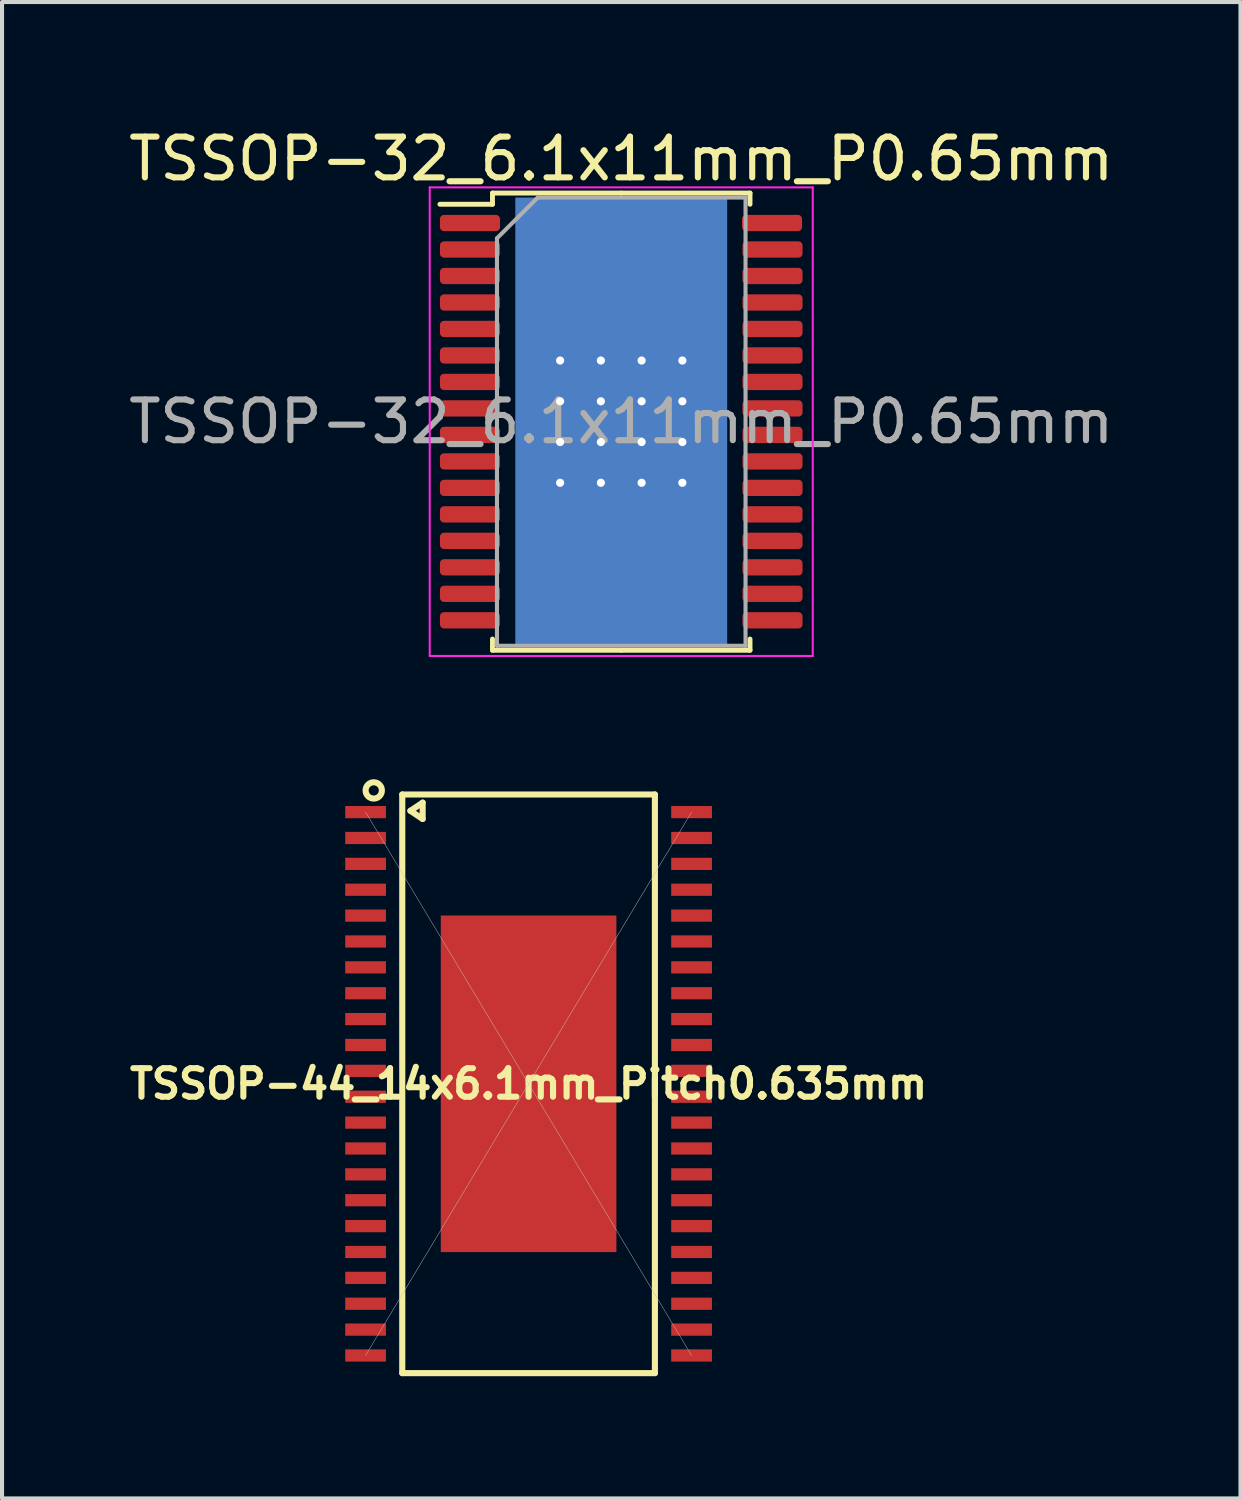
<source format=kicad_pcb>
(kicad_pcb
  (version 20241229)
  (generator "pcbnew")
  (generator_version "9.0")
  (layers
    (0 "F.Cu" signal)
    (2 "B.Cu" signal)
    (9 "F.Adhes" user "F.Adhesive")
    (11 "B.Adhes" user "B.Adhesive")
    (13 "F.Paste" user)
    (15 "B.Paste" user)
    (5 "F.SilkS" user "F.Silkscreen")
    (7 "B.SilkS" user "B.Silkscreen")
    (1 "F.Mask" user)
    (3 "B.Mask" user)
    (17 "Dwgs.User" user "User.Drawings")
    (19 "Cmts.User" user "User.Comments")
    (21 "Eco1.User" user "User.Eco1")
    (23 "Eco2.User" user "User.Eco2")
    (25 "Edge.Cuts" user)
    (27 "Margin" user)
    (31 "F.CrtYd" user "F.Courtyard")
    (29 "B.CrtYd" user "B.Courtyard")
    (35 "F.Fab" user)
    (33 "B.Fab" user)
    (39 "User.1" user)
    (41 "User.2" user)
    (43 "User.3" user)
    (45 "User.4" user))
  (footprint "TSSOP-44_14x6.1mm_Pitch0.635mm"
    (layer "F.Cu")
    (at 9.922 23.548)
    (property "Reference" "TSSOP-44_14x6.1mm_Pitch0.635mm" (at 0 0 0) (layer "F.SilkS") (effects (font (size 0.7 0.7) (thickness 0.15))))
    (attr through_hole)
    (fp_line (start -3.1 -7.1) (end 3.1 -7.1) (stroke (width 0.15) (type solid)) (layer "F.SilkS"))
    (fp_line (start -3.1 7.1) (end -3.1 -7.1) (stroke (width 0.15) (type solid)) (layer "F.SilkS"))
    (fp_line (start -2.9 -6.7) (end -2.6 -6.9) (stroke (width 0.15) (type solid)) (layer "F.SilkS"))
    (fp_line (start -2.6 -6.9) (end -2.6 -6.5) (stroke (width 0.15) (type solid)) (layer "F.SilkS"))
    (fp_line (start -2.6 -6.5) (end -2.9 -6.7) (stroke (width 0.15) (type solid)) (layer "F.SilkS"))
    (fp_line (start 3.1 -7.1) (end 3.1 7.1) (stroke (width 0.15) (type solid)) (layer "F.SilkS"))
    (fp_line (start 3.1 7.1) (end -3.1 7.1) (stroke (width 0.15) (type solid)) (layer "F.SilkS"))
    (fp_circle (center -3.8 -7.2) (end -3.8 -7) (stroke (width 0.15) (type solid)) (fill no) (layer "F.SilkS"))
    (fp_line (start -4 -6.668) (end 4 6.667) (stroke (width 0.01) (type solid)) (layer "Dwgs.User"))
    (fp_line (start -4 6.667) (end 4 -6.668) (stroke (width 0.01) (type solid)) (layer "Dwgs.User"))
    (pad "1" smd rect (at -4 -6.668) (size 1 0.3) (layers "F.Cu" "F.Mask" "F.Paste"))
    (pad "2" smd rect (at -4 -6.033) (size 1 0.3) (layers "F.Cu" "F.Mask" "F.Paste"))
    (pad "3" smd rect (at -4 -5.398) (size 1 0.3) (layers "F.Cu" "F.Mask" "F.Paste"))
    (pad "4" smd rect (at -4 -4.763) (size 1 0.3) (layers "F.Cu" "F.Mask" "F.Paste"))
    (pad "5" smd rect (at -4 -4.128) (size 1 0.3) (layers "F.Cu" "F.Mask" "F.Paste"))
    (pad "6" smd rect (at -4 -3.493) (size 1 0.3) (layers "F.Cu" "F.Mask" "F.Paste"))
    (pad "7" smd rect (at -4 -2.858) (size 1 0.3) (layers "F.Cu" "F.Mask" "F.Paste"))
    (pad "8" smd rect (at -4 -2.223) (size 1 0.3) (layers "F.Cu" "F.Mask" "F.Paste"))
    (pad "9" smd rect (at -4 -1.588) (size 1 0.3) (layers "F.Cu" "F.Mask" "F.Paste"))
    (pad "10" smd rect (at -4 -0.953) (size 1 0.3) (layers "F.Cu" "F.Mask" "F.Paste"))
    (pad "11" smd rect (at -4 -0.318) (size 1 0.3) (layers "F.Cu" "F.Mask" "F.Paste"))
    (pad "12" smd rect (at -4 0.317) (size 1 0.3) (layers "F.Cu" "F.Mask" "F.Paste"))
    (pad "13" smd rect (at -4 0.952) (size 1 0.3) (layers "F.Cu" "F.Mask" "F.Paste"))
    (pad "14" smd rect (at -4 1.587) (size 1 0.3) (layers "F.Cu" "F.Mask" "F.Paste"))
    (pad "15" smd rect (at -4 2.222) (size 1 0.3) (layers "F.Cu" "F.Mask" "F.Paste"))
    (pad "16" smd rect (at -4 2.857) (size 1 0.3) (layers "F.Cu" "F.Mask" "F.Paste"))
    (pad "17" smd rect (at -4 3.492) (size 1 0.3) (layers "F.Cu" "F.Mask" "F.Paste"))
    (pad "18" smd rect (at -4 4.127) (size 1 0.3) (layers "F.Cu" "F.Mask" "F.Paste"))
    (pad "19" smd rect (at -4 4.762) (size 1 0.3) (layers "F.Cu" "F.Mask" "F.Paste"))
    (pad "20" smd rect (at -4 5.397) (size 1 0.3) (layers "F.Cu" "F.Mask" "F.Paste"))
    (pad "21" smd rect (at -4 6.032) (size 1 0.3) (layers "F.Cu" "F.Mask" "F.Paste"))
    (pad "22" smd rect (at -4 6.667) (size 1 0.3) (layers "F.Cu" "F.Mask" "F.Paste"))
    (pad "23" smd rect (at 4 6.667) (size 1 0.3) (layers "F.Cu" "F.Mask" "F.Paste"))
    (pad "24" smd rect (at 4 6.032) (size 1 0.3) (layers "F.Cu" "F.Mask" "F.Paste"))
    (pad "25" smd rect (at 4 5.397) (size 1 0.3) (layers "F.Cu" "F.Mask" "F.Paste"))
    (pad "26" smd rect (at 4 4.762) (size 1 0.3) (layers "F.Cu" "F.Mask" "F.Paste"))
    (pad "27" smd rect (at 4 4.127) (size 1 0.3) (layers "F.Cu" "F.Mask" "F.Paste"))
    (pad "28" smd rect (at 4 3.492) (size 1 0.3) (layers "F.Cu" "F.Mask" "F.Paste"))
    (pad "29" smd rect (at 4 2.857) (size 1 0.3) (layers "F.Cu" "F.Mask" "F.Paste"))
    (pad "30" smd rect (at 4 2.222) (size 1 0.3) (layers "F.Cu" "F.Mask" "F.Paste"))
    (pad "31" smd rect (at 4 1.587) (size 1 0.3) (layers "F.Cu" "F.Mask" "F.Paste"))
    (pad "32" smd rect (at 4 0.952) (size 1 0.3) (layers "F.Cu" "F.Mask" "F.Paste"))
    (pad "33" smd rect (at 4 0.317) (size 1 0.3) (layers "F.Cu" "F.Mask" "F.Paste"))
    (pad "34" smd rect (at 4 -0.318) (size 1 0.3) (layers "F.Cu" "F.Mask" "F.Paste"))
    (pad "35" smd rect (at 4 -0.953) (size 1 0.3) (layers "F.Cu" "F.Mask" "F.Paste"))
    (pad "36" smd rect (at 4 -1.588) (size 1 0.3) (layers "F.Cu" "F.Mask" "F.Paste"))
    (pad "37" smd rect (at 4 -2.223) (size 1 0.3) (layers "F.Cu" "F.Mask" "F.Paste"))
    (pad "38" smd rect (at 4 -2.858) (size 1 0.3) (layers "F.Cu" "F.Mask" "F.Paste"))
    (pad "39" smd rect (at 4 -3.493) (size 1 0.3) (layers "F.Cu" "F.Mask" "F.Paste"))
    (pad "40" smd rect (at 4 -4.128) (size 1 0.3) (layers "F.Cu" "F.Mask" "F.Paste"))
    (pad "41" smd rect (at 4 -4.763) (size 1 0.3) (layers "F.Cu" "F.Mask" "F.Paste"))
    (pad "42" smd rect (at 4 -5.398) (size 1 0.3) (layers "F.Cu" "F.Mask" "F.Paste"))
    (pad "43" smd rect (at 4 -6.033) (size 1 0.3) (layers "F.Cu" "F.Mask" "F.Paste"))
    (pad "44" smd rect (at 4 -6.668) (size 1 0.3) (layers "F.Cu" "F.Mask" "F.Paste"))
    (pad "45" smd rect (at 0 0) (size 4.31 8.26) (layers "F.Cu" "F.Mask" "F.Paste")))
  (footprint "TSSOP-32_6.1x11mm_P0.65mm"
    (layer "F.Cu")
    (at 12.196 7.298)
    (property "Reference" "TSSOP-32_6.1x11mm_P0.65mm" (at 0 -6.45 0) (layer "F.SilkS") (effects (font (size 1 1) (thickness 0.15))))
    (attr smd)
    (fp_line (start -3.16 -5.61) (end -3.16 -5.335) (stroke (width 0.12) (type solid)) (layer "F.SilkS"))
    (fp_line (start -3.16 -5.335) (end -4.45 -5.335) (stroke (width 0.12) (type solid)) (layer "F.SilkS"))
    (fp_line (start -3.16 5.61) (end -3.16 5.335) (stroke (width 0.12) (type solid)) (layer "F.SilkS"))
    (fp_line (start 0 -5.61) (end -3.16 -5.61) (stroke (width 0.12) (type solid)) (layer "F.SilkS"))
    (fp_line (start 0 -5.61) (end 3.16 -5.61) (stroke (width 0.12) (type solid)) (layer "F.SilkS"))
    (fp_line (start 0 5.61) (end -3.16 5.61) (stroke (width 0.12) (type solid)) (layer "F.SilkS"))
    (fp_line (start 0 5.61) (end 3.16 5.61) (stroke (width 0.12) (type solid)) (layer "F.SilkS"))
    (fp_line (start 3.16 -5.61) (end 3.16 -5.335) (stroke (width 0.12) (type solid)) (layer "F.SilkS"))
    (fp_line (start 3.16 5.61) (end 3.16 5.335) (stroke (width 0.12) (type solid)) (layer "F.SilkS"))
    (fp_line (start -4.7 -5.75) (end -4.7 5.75) (stroke (width 0.05) (type solid)) (layer "F.CrtYd"))
    (fp_line (start -4.7 5.75) (end 4.7 5.75) (stroke (width 0.05) (type solid)) (layer "F.CrtYd"))
    (fp_line (start 4.7 -5.75) (end -4.7 -5.75) (stroke (width 0.05) (type solid)) (layer "F.CrtYd"))
    (fp_line (start 4.7 5.75) (end 4.7 -5.75) (stroke (width 0.05) (type solid)) (layer "F.CrtYd"))
    (fp_line (start -3.05 -4.5) (end -2.05 -5.5) (stroke (width 0.1) (type solid)) (layer "F.Fab"))
    (fp_line (start -3.05 5.5) (end -3.05 -4.5) (stroke (width 0.1) (type solid)) (layer "F.Fab"))
    (fp_line (start -2.05 -5.5) (end 3.05 -5.5) (stroke (width 0.1) (type solid)) (layer "F.Fab"))
    (fp_line (start 3.05 -5.5) (end 3.05 5.5) (stroke (width 0.1) (type solid)) (layer "F.Fab"))
    (fp_line (start 3.05 5.5) (end -3.05 5.5) (stroke (width 0.1) (type solid)) (layer "F.Fab"))
    (fp_text user "${REFERENCE}" (at 0 0 0) (layer "F.Fab") (effects (font (size 1 1) (thickness 0.15))))
    (pad "1" smd roundrect (at -3.712 -4.875) (size 1.475 0.4) (layers "F.Cu" "F.Mask" "F.Paste") (roundrect_rratio 0.25))
    (pad "2" smd roundrect (at -3.712 -4.225) (size 1.475 0.4) (layers "F.Cu" "F.Mask" "F.Paste") (roundrect_rratio 0.25))
    (pad "3" smd roundrect (at -3.712 -3.575) (size 1.475 0.4) (layers "F.Cu" "F.Mask" "F.Paste") (roundrect_rratio 0.25))
    (pad "4" smd roundrect (at -3.712 -2.925) (size 1.475 0.4) (layers "F.Cu" "F.Mask" "F.Paste") (roundrect_rratio 0.25))
    (pad "5" smd roundrect (at -3.712 -2.275) (size 1.475 0.4) (layers "F.Cu" "F.Mask" "F.Paste") (roundrect_rratio 0.25))
    (pad "6" smd roundrect (at -3.712 -1.625) (size 1.475 0.4) (layers "F.Cu" "F.Mask" "F.Paste") (roundrect_rratio 0.25))
    (pad "7" smd roundrect (at -3.712 -0.975) (size 1.475 0.4) (layers "F.Cu" "F.Mask" "F.Paste") (roundrect_rratio 0.25))
    (pad "8" smd roundrect (at -3.712 -0.325) (size 1.475 0.4) (layers "F.Cu" "F.Mask" "F.Paste") (roundrect_rratio 0.25))
    (pad "9" smd roundrect (at -3.712 0.325) (size 1.475 0.4) (layers "F.Cu" "F.Mask" "F.Paste") (roundrect_rratio 0.25))
    (pad "10" smd roundrect (at -3.712 0.975) (size 1.475 0.4) (layers "F.Cu" "F.Mask" "F.Paste") (roundrect_rratio 0.25))
    (pad "11" smd roundrect (at -3.712 1.625) (size 1.475 0.4) (layers "F.Cu" "F.Mask" "F.Paste") (roundrect_rratio 0.25))
    (pad "12" smd roundrect (at -3.712 2.275) (size 1.475 0.4) (layers "F.Cu" "F.Mask" "F.Paste") (roundrect_rratio 0.25))
    (pad "13" smd roundrect (at -3.712 2.925) (size 1.475 0.4) (layers "F.Cu" "F.Mask" "F.Paste") (roundrect_rratio 0.25))
    (pad "14" smd roundrect (at -3.712 3.575) (size 1.475 0.4) (layers "F.Cu" "F.Mask" "F.Paste") (roundrect_rratio 0.25))
    (pad "15" smd roundrect (at -3.712 4.225) (size 1.475 0.4) (layers "F.Cu" "F.Mask" "F.Paste") (roundrect_rratio 0.25))
    (pad "16" smd roundrect (at -3.712 4.875) (size 1.475 0.4) (layers "F.Cu" "F.Mask" "F.Paste") (roundrect_rratio 0.25))
    (pad "17" smd roundrect (at 3.712 4.875) (size 1.475 0.4) (layers "F.Cu" "F.Mask" "F.Paste") (roundrect_rratio 0.25))
    (pad "18" smd roundrect (at 3.712 4.225) (size 1.475 0.4) (layers "F.Cu" "F.Mask" "F.Paste") (roundrect_rratio 0.25))
    (pad "19" smd roundrect (at 3.712 3.575) (size 1.475 0.4) (layers "F.Cu" "F.Mask" "F.Paste") (roundrect_rratio 0.25))
    (pad "20" smd roundrect (at 3.712 2.925) (size 1.475 0.4) (layers "F.Cu" "F.Mask" "F.Paste") (roundrect_rratio 0.25))
    (pad "21" smd roundrect (at 3.712 2.275) (size 1.475 0.4) (layers "F.Cu" "F.Mask" "F.Paste") (roundrect_rratio 0.25))
    (pad "22" smd roundrect (at 3.712 1.625) (size 1.475 0.4) (layers "F.Cu" "F.Mask" "F.Paste") (roundrect_rratio 0.25))
    (pad "23" smd roundrect (at 3.712 0.975) (size 1.475 0.4) (layers "F.Cu" "F.Mask" "F.Paste") (roundrect_rratio 0.25))
    (pad "24" smd roundrect (at 3.712 0.325) (size 1.475 0.4) (layers "F.Cu" "F.Mask" "F.Paste") (roundrect_rratio 0.25))
    (pad "25" smd roundrect (at 3.712 -0.325) (size 1.475 0.4) (layers "F.Cu" "F.Mask" "F.Paste") (roundrect_rratio 0.25))
    (pad "26" smd roundrect (at 3.712 -0.975) (size 1.475 0.4) (layers "F.Cu" "F.Mask" "F.Paste") (roundrect_rratio 0.25))
    (pad "27" smd roundrect (at 3.712 -1.625) (size 1.475 0.4) (layers "F.Cu" "F.Mask" "F.Paste") (roundrect_rratio 0.25))
    (pad "28" smd roundrect (at 3.712 -2.275) (size 1.475 0.4) (layers "F.Cu" "F.Mask" "F.Paste") (roundrect_rratio 0.25))
    (pad "29" smd roundrect (at 3.712 -2.925) (size 1.475 0.4) (layers "F.Cu" "F.Mask" "F.Paste") (roundrect_rratio 0.25))
    (pad "30" smd roundrect (at 3.712 -3.575) (size 1.475 0.4) (layers "F.Cu" "F.Mask" "F.Paste") (roundrect_rratio 0.25))
    (pad "31" smd roundrect (at 3.712 -4.225) (size 1.475 0.4) (layers "F.Cu" "F.Mask" "F.Paste") (roundrect_rratio 0.25))
    (pad "32" smd roundrect (at 3.7 -4.875) (size 1.475 0.4) (layers "F.Cu" "F.Mask" "F.Paste") (roundrect_rratio 0.25))
    (pad "EP" thru_hole circle (at -1.5 -1.5) (size 0.4 0.4) (drill 0.2) (layers "*.Cu" "*.Mask"))
    (pad "EP" thru_hole circle (at -1.5 -0.5) (size 0.4 0.4) (drill 0.2) (layers "*.Cu" "*.Mask"))
    (pad "EP" thru_hole circle (at -1.5 0.5) (size 0.4 0.4) (drill 0.2) (layers "*.Cu" "*.Mask"))
    (pad "EP" thru_hole circle (at -1.5 1.5) (size 0.4 0.4) (drill 0.2) (layers "*.Cu" "*.Mask"))
    (pad "EP" thru_hole circle (at -0.5 -1.5) (size 0.4 0.4) (drill 0.2) (layers "*.Cu" "*.Mask"))
    (pad "EP" thru_hole circle (at -0.5 -0.5) (size 0.4 0.4) (drill 0.2) (layers "*.Cu" "*.Mask"))
    (pad "EP" thru_hole circle (at -0.5 0.5) (size 0.4 0.4) (drill 0.2) (layers "*.Cu" "*.Mask"))
    (pad "EP" thru_hole circle (at -0.5 1.5) (size 0.4 0.4) (drill 0.2) (layers "*.Cu" "*.Mask"))
    (pad "EP" smd rect (at 0 0) (size 3.74 3.74) (layers "F.Cu" "F.Mask" "F.Paste"))
    (pad "EP" smd rect (at 0 0) (size 5.2 11) (layers "B.Cu" "B.Mask"))
    (pad "EP" thru_hole circle (at 0.5 -1.5) (size 0.4 0.4) (drill 0.2) (layers "*.Cu" "*.Mask"))
    (pad "EP" thru_hole circle (at 0.5 -0.5) (size 0.4 0.4) (drill 0.2) (layers "*.Cu" "*.Mask"))
    (pad "EP" thru_hole circle (at 0.5 0.5) (size 0.4 0.4) (drill 0.2) (layers "*.Cu" "*.Mask"))
    (pad "EP" thru_hole circle (at 0.5 1.5) (size 0.4 0.4) (drill 0.2) (layers "*.Cu" "*.Mask"))
    (pad "EP" thru_hole circle (at 1.5 -1.5) (size 0.4 0.4) (drill 0.2) (layers "*.Cu" "*.Mask"))
    (pad "EP" thru_hole circle (at 1.5 -0.5) (size 0.4 0.4) (drill 0.2) (layers "*.Cu" "*.Mask"))
    (pad "EP" thru_hole circle (at 1.5 0.5) (size 0.4 0.4) (drill 0.2) (layers "*.Cu" "*.Mask"))
    (pad "EP" thru_hole circle (at 1.5 1.5) (size 0.4 0.4) (drill 0.2) (layers "*.Cu" "*.Mask")))
  (gr_rect
    (start -3 -3)
    (end 27.393 33.723)
    (stroke (width 0.1) (type default))
    (fill no)
    (layer "Edge.Cuts")))
</source>
